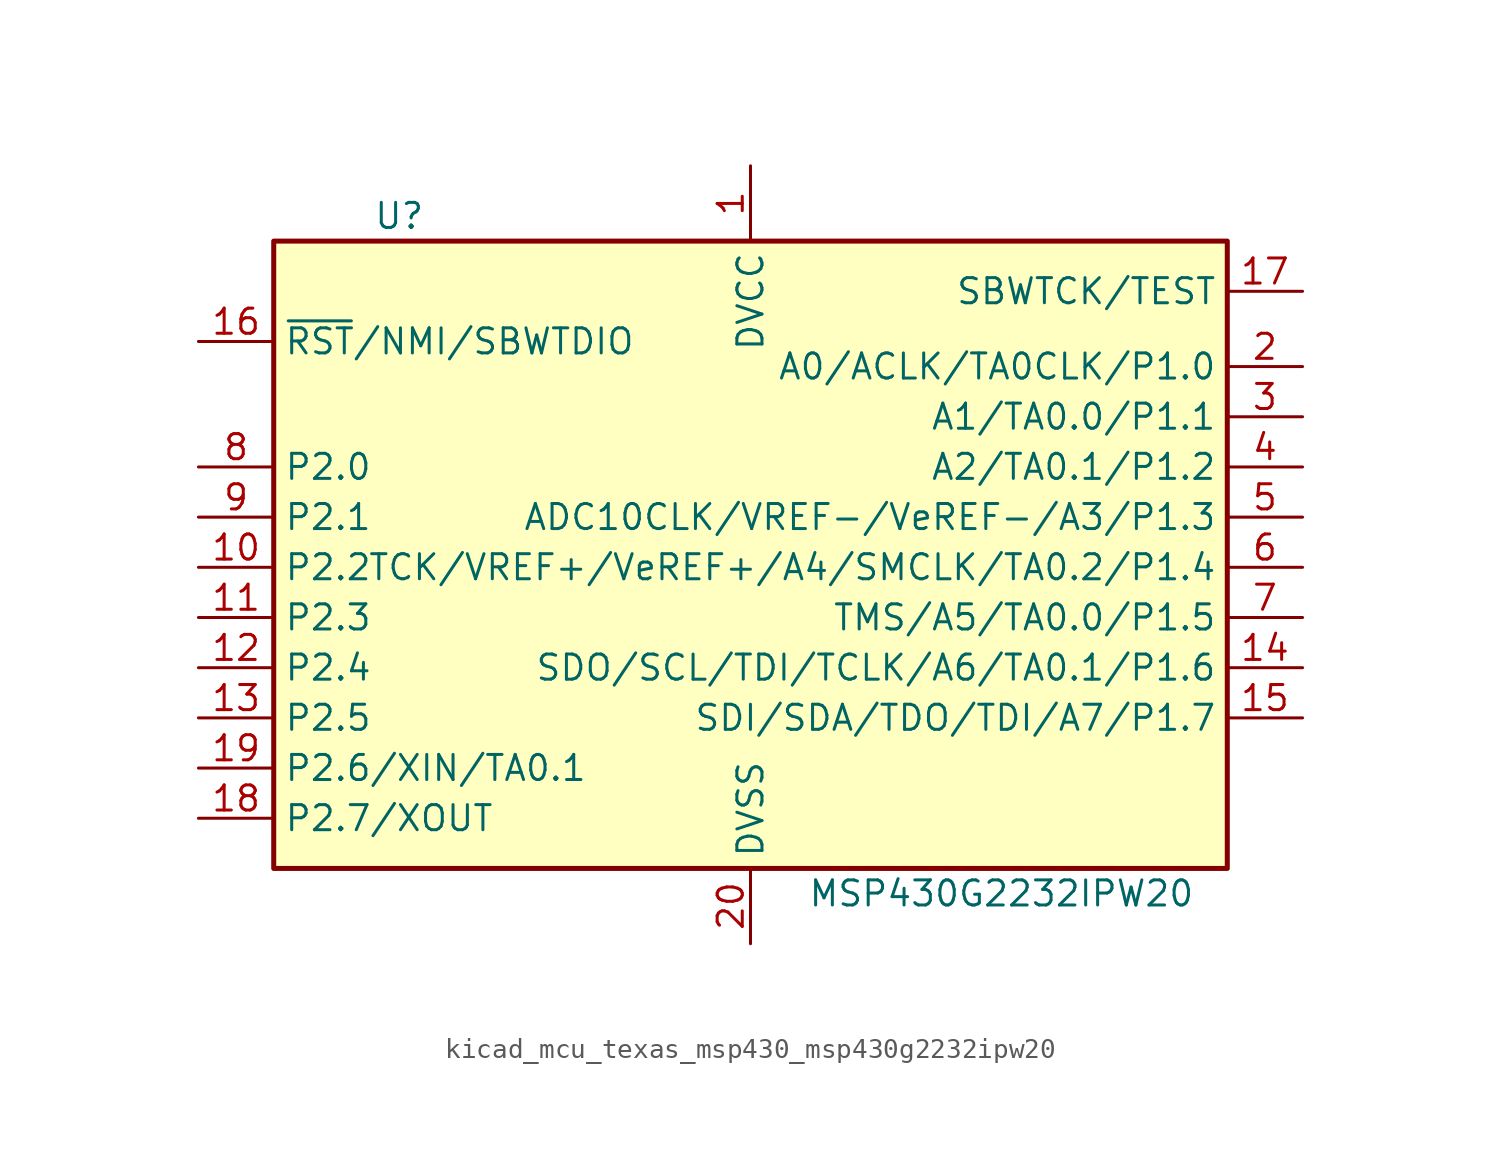
<source format=kicad_sym>
(kicad_symbol_lib
  (version 20220914)
  (generator kicad_symbol_editor)
  (symbol "kicad_mcu_texas_msp430_msp430g2232ipw20"
    (property "Reference" "U"
      (at -17.78 17.78 0)
      (effects (font (size 1.27 1.27))))
    (property "Value" "MSP430G2232IPW20"
      (at 12.7 -16.51 0)
      (effects (font (size 1.27 1.27))))
    (symbol "kicad_mcu_texas_msp430_msp430g2232ipw20_0_1"
      (rectangle (start -24.13 16.51) (end 24.13 -15.24) (stroke (width 0.254) (type default)) (fill (type background))))
    (symbol "kicad_mcu_texas_msp430_msp430g2232ipw20_1_1"
      (pin power_in line (at 0 20.32 270) (length 3.81) (name "DVCC" (effects (font (size 1.27 1.27)))) (number "1" (effects (font (size 1.27 1.27)))))
      (pin bidirectional line (at -27.94 0 0) (length 3.81) (name "P2.2" (effects (font (size 1.27 1.27)))) (number "10" (effects (font (size 1.27 1.27)))))
      (pin bidirectional line (at -27.94 -2.54 0) (length 3.81) (name "P2.3" (effects (font (size 1.27 1.27)))) (number "11" (effects (font (size 1.27 1.27)))))
      (pin bidirectional line (at -27.94 -5.08 0) (length 3.81) (name "P2.4" (effects (font (size 1.27 1.27)))) (number "12" (effects (font (size 1.27 1.27)))))
      (pin bidirectional line (at -27.94 -7.62 0) (length 3.81) (name "P2.5" (effects (font (size 1.27 1.27)))) (number "13" (effects (font (size 1.27 1.27)))))
      (pin bidirectional line (at 27.94 -5.08 180) (length 3.81) (name "SDO/SCL/TDI/TCLK/A6/TA0.1/P1.6" (effects (font (size 1.27 1.27)))) (number "14" (effects (font (size 1.27 1.27)))))
      (pin bidirectional line (at 27.94 -7.62 180) (length 3.81) (name "SDI/SDA/TDO/TDI/A7/P1.7" (effects (font (size 1.27 1.27)))) (number "15" (effects (font (size 1.27 1.27)))))
      (pin input line (at -27.94 11.43 0) (length 3.81) (name "~{RST}/NMI/SBWTDIO" (effects (font (size 1.27 1.27)))) (number "16" (effects (font (size 1.27 1.27)))))
      (pin input line (at 27.94 13.97 180) (length 3.81) (name "SBWTCK/TEST" (effects (font (size 1.27 1.27)))) (number "17" (effects (font (size 1.27 1.27)))))
      (pin bidirectional line (at -27.94 -12.7 0) (length 3.81) (name "P2.7/XOUT" (effects (font (size 1.27 1.27)))) (number "18" (effects (font (size 1.27 1.27)))))
      (pin bidirectional line (at -27.94 -10.16 0) (length 3.81) (name "P2.6/XIN/TA0.1" (effects (font (size 1.27 1.27)))) (number "19" (effects (font (size 1.27 1.27)))))
      (pin bidirectional line (at 27.94 10.16 180) (length 3.81) (name "A0/ACLK/TA0CLK/P1.0" (effects (font (size 1.27 1.27)))) (number "2" (effects (font (size 1.27 1.27)))))
      (pin power_in line (at 0 -19.05 90) (length 3.81) (name "DVSS" (effects (font (size 1.27 1.27)))) (number "20" (effects (font (size 1.27 1.27)))))
      (pin bidirectional line (at 27.94 7.62 180) (length 3.81) (name "A1/TA0.0/P1.1" (effects (font (size 1.27 1.27)))) (number "3" (effects (font (size 1.27 1.27)))))
      (pin bidirectional line (at 27.94 5.08 180) (length 3.81) (name "A2/TA0.1/P1.2" (effects (font (size 1.27 1.27)))) (number "4" (effects (font (size 1.27 1.27)))))
      (pin bidirectional line (at 27.94 2.54 180) (length 3.81) (name "ADC10CLK/VREF-/VeREF-/A3/P1.3" (effects (font (size 1.27 1.27)))) (number "5" (effects (font (size 1.27 1.27)))))
      (pin bidirectional line (at 27.94 0 180) (length 3.81) (name "TCK/VREF+/VeREF+/A4/SMCLK/TA0.2/P1.4" (effects (font (size 1.27 1.27)))) (number "6" (effects (font (size 1.27 1.27)))))
      (pin bidirectional line (at 27.94 -2.54 180) (length 3.81) (name "TMS/A5/TA0.0/P1.5" (effects (font (size 1.27 1.27)))) (number "7" (effects (font (size 1.27 1.27)))))
      (pin bidirectional line (at -27.94 5.08 0) (length 3.81) (name "P2.0" (effects (font (size 1.27 1.27)))) (number "8" (effects (font (size 1.27 1.27)))))
      (pin bidirectional line (at -27.94 2.54 0) (length 3.81) (name "P2.1" (effects (font (size 1.27 1.27)))) (number "9" (effects (font (size 1.27 1.27))))))))
</source>
